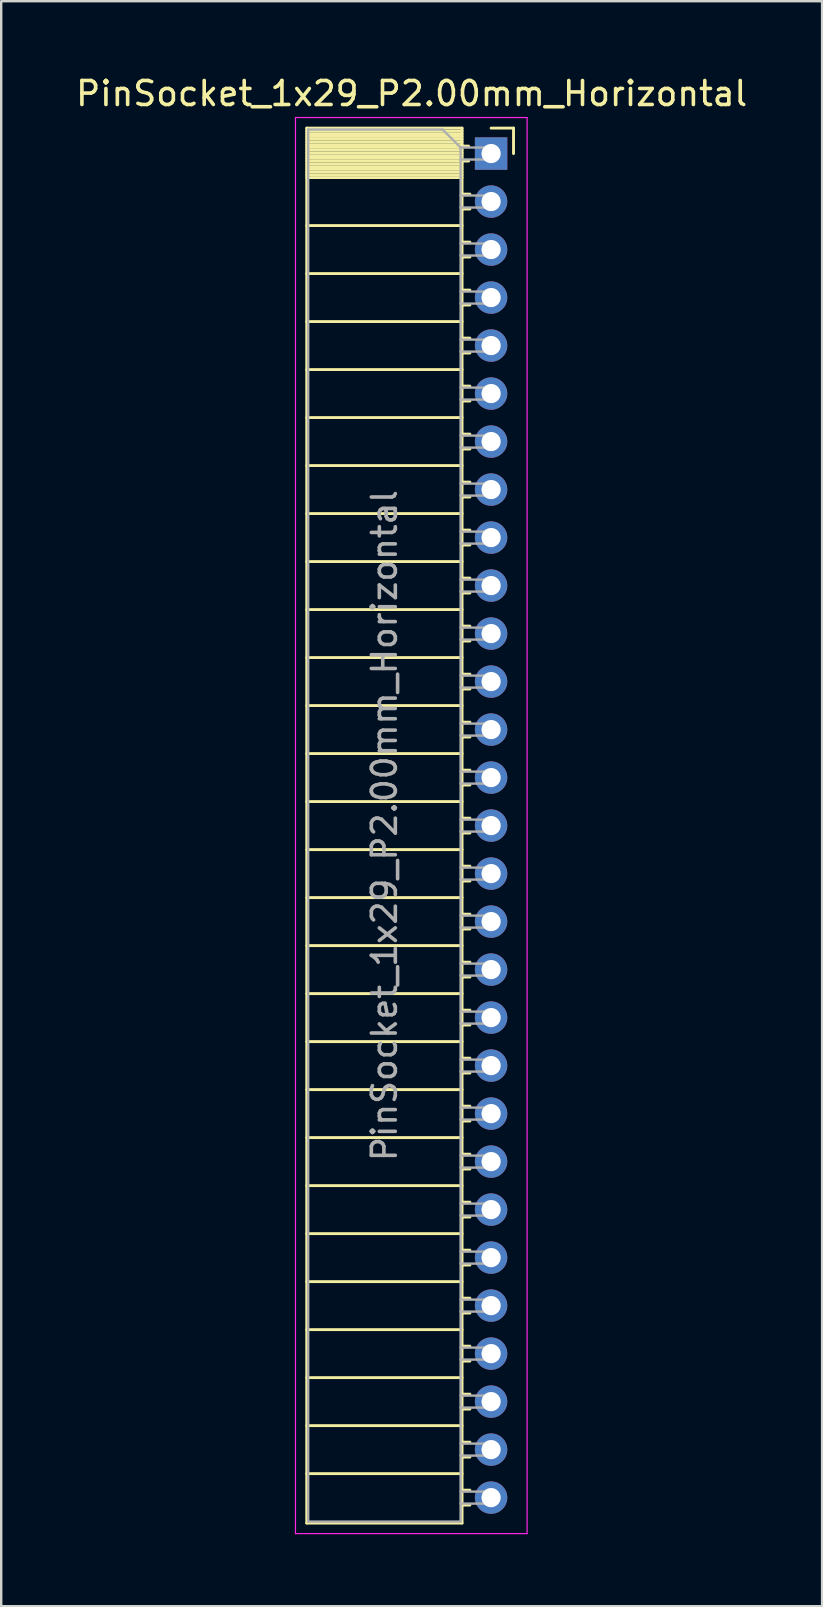
<source format=kicad_pcb>
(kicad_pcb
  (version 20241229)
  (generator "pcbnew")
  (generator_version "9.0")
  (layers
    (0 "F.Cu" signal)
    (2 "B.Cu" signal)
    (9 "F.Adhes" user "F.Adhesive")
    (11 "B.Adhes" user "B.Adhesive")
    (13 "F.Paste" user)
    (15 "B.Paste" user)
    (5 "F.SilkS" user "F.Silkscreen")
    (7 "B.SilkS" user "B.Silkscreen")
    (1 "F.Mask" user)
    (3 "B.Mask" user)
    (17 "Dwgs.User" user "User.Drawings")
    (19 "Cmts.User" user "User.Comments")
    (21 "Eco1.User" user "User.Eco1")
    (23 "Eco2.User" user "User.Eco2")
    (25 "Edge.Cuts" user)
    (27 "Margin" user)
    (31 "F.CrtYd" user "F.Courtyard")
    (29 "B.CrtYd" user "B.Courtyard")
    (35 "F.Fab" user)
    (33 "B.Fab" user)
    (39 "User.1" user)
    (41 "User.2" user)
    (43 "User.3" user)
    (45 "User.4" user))
  (footprint "PinSocket_1x29_P2.00mm_Horizontal"
    (layer "F.Cu")
    (at 17.411 3.348)
    (property "Reference" "PinSocket_1x29_P2.00mm_Horizontal" (at -3.31 -2.5 0) (layer "F.SilkS") (effects (font (size 1 1) (thickness 0.15))))
    (attr through_hole)
    (fp_line (start -7.68 -1.06) (end -7.68 57.06) (stroke (width 0.12) (type solid)) (layer "F.SilkS"))
    (fp_line (start -7.68 -1.06) (end -1.21 -1.06) (stroke (width 0.12) (type solid)) (layer "F.SilkS"))
    (fp_line (start -7.68 -0.94) (end -1.21 -0.94) (stroke (width 0.12) (type solid)) (layer "F.SilkS"))
    (fp_line (start -7.68 -0.826) (end -1.21 -0.826) (stroke (width 0.12) (type solid)) (layer "F.SilkS"))
    (fp_line (start -7.68 -0.712) (end -1.21 -0.712) (stroke (width 0.12) (type solid)) (layer "F.SilkS"))
    (fp_line (start -7.68 -0.598) (end -1.21 -0.598) (stroke (width 0.12) (type solid)) (layer "F.SilkS"))
    (fp_line (start -7.68 -0.484) (end -1.21 -0.484) (stroke (width 0.12) (type solid)) (layer "F.SilkS"))
    (fp_line (start -7.68 -0.369) (end -1.21 -0.369) (stroke (width 0.12) (type solid)) (layer "F.SilkS"))
    (fp_line (start -7.68 -0.255) (end -1.21 -0.255) (stroke (width 0.12) (type solid)) (layer "F.SilkS"))
    (fp_line (start -7.68 -0.141) (end -1.21 -0.141) (stroke (width 0.12) (type solid)) (layer "F.SilkS"))
    (fp_line (start -7.68 -0.027) (end -1.21 -0.027) (stroke (width 0.12) (type solid)) (layer "F.SilkS"))
    (fp_line (start -7.68 0.087) (end -1.21 0.087) (stroke (width 0.12) (type solid)) (layer "F.SilkS"))
    (fp_line (start -7.68 0.201) (end -1.21 0.201) (stroke (width 0.12) (type solid)) (layer "F.SilkS"))
    (fp_line (start -7.68 0.315) (end -1.21 0.315) (stroke (width 0.12) (type solid)) (layer "F.SilkS"))
    (fp_line (start -7.68 0.429) (end -1.21 0.429) (stroke (width 0.12) (type solid)) (layer "F.SilkS"))
    (fp_line (start -7.68 0.544) (end -1.21 0.544) (stroke (width 0.12) (type solid)) (layer "F.SilkS"))
    (fp_line (start -7.68 0.658) (end -1.21 0.658) (stroke (width 0.12) (type solid)) (layer "F.SilkS"))
    (fp_line (start -7.68 0.772) (end -1.21 0.772) (stroke (width 0.12) (type solid)) (layer "F.SilkS"))
    (fp_line (start -7.68 0.886) (end -1.21 0.886) (stroke (width 0.12) (type solid)) (layer "F.SilkS"))
    (fp_line (start -7.68 1) (end -1.21 1) (stroke (width 0.12) (type solid)) (layer "F.SilkS"))
    (fp_line (start -7.68 3) (end -1.21 3) (stroke (width 0.12) (type solid)) (layer "F.SilkS"))
    (fp_line (start -7.68 5) (end -1.21 5) (stroke (width 0.12) (type solid)) (layer "F.SilkS"))
    (fp_line (start -7.68 7) (end -1.21 7) (stroke (width 0.12) (type solid)) (layer "F.SilkS"))
    (fp_line (start -7.68 9) (end -1.21 9) (stroke (width 0.12) (type solid)) (layer "F.SilkS"))
    (fp_line (start -7.68 11) (end -1.21 11) (stroke (width 0.12) (type solid)) (layer "F.SilkS"))
    (fp_line (start -7.68 13) (end -1.21 13) (stroke (width 0.12) (type solid)) (layer "F.SilkS"))
    (fp_line (start -7.68 15) (end -1.21 15) (stroke (width 0.12) (type solid)) (layer "F.SilkS"))
    (fp_line (start -7.68 17) (end -1.21 17) (stroke (width 0.12) (type solid)) (layer "F.SilkS"))
    (fp_line (start -7.68 19) (end -1.21 19) (stroke (width 0.12) (type solid)) (layer "F.SilkS"))
    (fp_line (start -7.68 21) (end -1.21 21) (stroke (width 0.12) (type solid)) (layer "F.SilkS"))
    (fp_line (start -7.68 23) (end -1.21 23) (stroke (width 0.12) (type solid)) (layer "F.SilkS"))
    (fp_line (start -7.68 25) (end -1.21 25) (stroke (width 0.12) (type solid)) (layer "F.SilkS"))
    (fp_line (start -7.68 27) (end -1.21 27) (stroke (width 0.12) (type solid)) (layer "F.SilkS"))
    (fp_line (start -7.68 29) (end -1.21 29) (stroke (width 0.12) (type solid)) (layer "F.SilkS"))
    (fp_line (start -7.68 31) (end -1.21 31) (stroke (width 0.12) (type solid)) (layer "F.SilkS"))
    (fp_line (start -7.68 33) (end -1.21 33) (stroke (width 0.12) (type solid)) (layer "F.SilkS"))
    (fp_line (start -7.68 35) (end -1.21 35) (stroke (width 0.12) (type solid)) (layer "F.SilkS"))
    (fp_line (start -7.68 37) (end -1.21 37) (stroke (width 0.12) (type solid)) (layer "F.SilkS"))
    (fp_line (start -7.68 39) (end -1.21 39) (stroke (width 0.12) (type solid)) (layer "F.SilkS"))
    (fp_line (start -7.68 41) (end -1.21 41) (stroke (width 0.12) (type solid)) (layer "F.SilkS"))
    (fp_line (start -7.68 43) (end -1.21 43) (stroke (width 0.12) (type solid)) (layer "F.SilkS"))
    (fp_line (start -7.68 45) (end -1.21 45) (stroke (width 0.12) (type solid)) (layer "F.SilkS"))
    (fp_line (start -7.68 47) (end -1.21 47) (stroke (width 0.12) (type solid)) (layer "F.SilkS"))
    (fp_line (start -7.68 49) (end -1.21 49) (stroke (width 0.12) (type solid)) (layer "F.SilkS"))
    (fp_line (start -7.68 51) (end -1.21 51) (stroke (width 0.12) (type solid)) (layer "F.SilkS"))
    (fp_line (start -7.68 53) (end -1.21 53) (stroke (width 0.12) (type solid)) (layer "F.SilkS"))
    (fp_line (start -7.68 55) (end -1.21 55) (stroke (width 0.12) (type solid)) (layer "F.SilkS"))
    (fp_line (start -7.68 57.06) (end -1.21 57.06) (stroke (width 0.12) (type solid)) (layer "F.SilkS"))
    (fp_line (start -1.21 -1.06) (end -1.21 57.06) (stroke (width 0.12) (type solid)) (layer "F.SilkS"))
    (fp_line (start -1.21 -0.31) (end -0.935 -0.31) (stroke (width 0.12) (type solid)) (layer "F.SilkS"))
    (fp_line (start -1.21 0.31) (end -0.935 0.31) (stroke (width 0.12) (type solid)) (layer "F.SilkS"))
    (fp_line (start -1.21 1.69) (end -0.882 1.69) (stroke (width 0.12) (type solid)) (layer "F.SilkS"))
    (fp_line (start -1.21 2.31) (end -0.882 2.31) (stroke (width 0.12) (type solid)) (layer "F.SilkS"))
    (fp_line (start -1.21 3.69) (end -0.882 3.69) (stroke (width 0.12) (type solid)) (layer "F.SilkS"))
    (fp_line (start -1.21 4.31) (end -0.882 4.31) (stroke (width 0.12) (type solid)) (layer "F.SilkS"))
    (fp_line (start -1.21 5.69) (end -0.882 5.69) (stroke (width 0.12) (type solid)) (layer "F.SilkS"))
    (fp_line (start -1.21 6.31) (end -0.882 6.31) (stroke (width 0.12) (type solid)) (layer "F.SilkS"))
    (fp_line (start -1.21 7.69) (end -0.882 7.69) (stroke (width 0.12) (type solid)) (layer "F.SilkS"))
    (fp_line (start -1.21 8.31) (end -0.882 8.31) (stroke (width 0.12) (type solid)) (layer "F.SilkS"))
    (fp_line (start -1.21 9.69) (end -0.882 9.69) (stroke (width 0.12) (type solid)) (layer "F.SilkS"))
    (fp_line (start -1.21 10.31) (end -0.882 10.31) (stroke (width 0.12) (type solid)) (layer "F.SilkS"))
    (fp_line (start -1.21 11.69) (end -0.882 11.69) (stroke (width 0.12) (type solid)) (layer "F.SilkS"))
    (fp_line (start -1.21 12.31) (end -0.882 12.31) (stroke (width 0.12) (type solid)) (layer "F.SilkS"))
    (fp_line (start -1.21 13.69) (end -0.882 13.69) (stroke (width 0.12) (type solid)) (layer "F.SilkS"))
    (fp_line (start -1.21 14.31) (end -0.882 14.31) (stroke (width 0.12) (type solid)) (layer "F.SilkS"))
    (fp_line (start -1.21 15.69) (end -0.882 15.69) (stroke (width 0.12) (type solid)) (layer "F.SilkS"))
    (fp_line (start -1.21 16.31) (end -0.882 16.31) (stroke (width 0.12) (type solid)) (layer "F.SilkS"))
    (fp_line (start -1.21 17.69) (end -0.882 17.69) (stroke (width 0.12) (type solid)) (layer "F.SilkS"))
    (fp_line (start -1.21 18.31) (end -0.882 18.31) (stroke (width 0.12) (type solid)) (layer "F.SilkS"))
    (fp_line (start -1.21 19.69) (end -0.882 19.69) (stroke (width 0.12) (type solid)) (layer "F.SilkS"))
    (fp_line (start -1.21 20.31) (end -0.882 20.31) (stroke (width 0.12) (type solid)) (layer "F.SilkS"))
    (fp_line (start -1.21 21.69) (end -0.882 21.69) (stroke (width 0.12) (type solid)) (layer "F.SilkS"))
    (fp_line (start -1.21 22.31) (end -0.882 22.31) (stroke (width 0.12) (type solid)) (layer "F.SilkS"))
    (fp_line (start -1.21 23.69) (end -0.882 23.69) (stroke (width 0.12) (type solid)) (layer "F.SilkS"))
    (fp_line (start -1.21 24.31) (end -0.882 24.31) (stroke (width 0.12) (type solid)) (layer "F.SilkS"))
    (fp_line (start -1.21 25.69) (end -0.882 25.69) (stroke (width 0.12) (type solid)) (layer "F.SilkS"))
    (fp_line (start -1.21 26.31) (end -0.882 26.31) (stroke (width 0.12) (type solid)) (layer "F.SilkS"))
    (fp_line (start -1.21 27.69) (end -0.882 27.69) (stroke (width 0.12) (type solid)) (layer "F.SilkS"))
    (fp_line (start -1.21 28.31) (end -0.882 28.31) (stroke (width 0.12) (type solid)) (layer "F.SilkS"))
    (fp_line (start -1.21 29.69) (end -0.882 29.69) (stroke (width 0.12) (type solid)) (layer "F.SilkS"))
    (fp_line (start -1.21 30.31) (end -0.882 30.31) (stroke (width 0.12) (type solid)) (layer "F.SilkS"))
    (fp_line (start -1.21 31.69) (end -0.882 31.69) (stroke (width 0.12) (type solid)) (layer "F.SilkS"))
    (fp_line (start -1.21 32.31) (end -0.882 32.31) (stroke (width 0.12) (type solid)) (layer "F.SilkS"))
    (fp_line (start -1.21 33.69) (end -0.882 33.69) (stroke (width 0.12) (type solid)) (layer "F.SilkS"))
    (fp_line (start -1.21 34.31) (end -0.882 34.31) (stroke (width 0.12) (type solid)) (layer "F.SilkS"))
    (fp_line (start -1.21 35.69) (end -0.882 35.69) (stroke (width 0.12) (type solid)) (layer "F.SilkS"))
    (fp_line (start -1.21 36.31) (end -0.882 36.31) (stroke (width 0.12) (type solid)) (layer "F.SilkS"))
    (fp_line (start -1.21 37.69) (end -0.882 37.69) (stroke (width 0.12) (type solid)) (layer "F.SilkS"))
    (fp_line (start -1.21 38.31) (end -0.882 38.31) (stroke (width 0.12) (type solid)) (layer "F.SilkS"))
    (fp_line (start -1.21 39.69) (end -0.882 39.69) (stroke (width 0.12) (type solid)) (layer "F.SilkS"))
    (fp_line (start -1.21 40.31) (end -0.882 40.31) (stroke (width 0.12) (type solid)) (layer "F.SilkS"))
    (fp_line (start -1.21 41.69) (end -0.882 41.69) (stroke (width 0.12) (type solid)) (layer "F.SilkS"))
    (fp_line (start -1.21 42.31) (end -0.882 42.31) (stroke (width 0.12) (type solid)) (layer "F.SilkS"))
    (fp_line (start -1.21 43.69) (end -0.882 43.69) (stroke (width 0.12) (type solid)) (layer "F.SilkS"))
    (fp_line (start -1.21 44.31) (end -0.882 44.31) (stroke (width 0.12) (type solid)) (layer "F.SilkS"))
    (fp_line (start -1.21 45.69) (end -0.882 45.69) (stroke (width 0.12) (type solid)) (layer "F.SilkS"))
    (fp_line (start -1.21 46.31) (end -0.882 46.31) (stroke (width 0.12) (type solid)) (layer "F.SilkS"))
    (fp_line (start -1.21 47.69) (end -0.882 47.69) (stroke (width 0.12) (type solid)) (layer "F.SilkS"))
    (fp_line (start -1.21 48.31) (end -0.882 48.31) (stroke (width 0.12) (type solid)) (layer "F.SilkS"))
    (fp_line (start -1.21 49.69) (end -0.882 49.69) (stroke (width 0.12) (type solid)) (layer "F.SilkS"))
    (fp_line (start -1.21 50.31) (end -0.882 50.31) (stroke (width 0.12) (type solid)) (layer "F.SilkS"))
    (fp_line (start -1.21 51.69) (end -0.882 51.69) (stroke (width 0.12) (type solid)) (layer "F.SilkS"))
    (fp_line (start -1.21 52.31) (end -0.882 52.31) (stroke (width 0.12) (type solid)) (layer "F.SilkS"))
    (fp_line (start -1.21 53.69) (end -0.882 53.69) (stroke (width 0.12) (type solid)) (layer "F.SilkS"))
    (fp_line (start -1.21 54.31) (end -0.882 54.31) (stroke (width 0.12) (type solid)) (layer "F.SilkS"))
    (fp_line (start -1.21 55.69) (end -0.882 55.69) (stroke (width 0.12) (type solid)) (layer "F.SilkS"))
    (fp_line (start -1.21 56.31) (end -0.882 56.31) (stroke (width 0.12) (type solid)) (layer "F.SilkS"))
    (fp_line (start 0 -1.06) (end 0.935 -1.06) (stroke (width 0.12) (type solid)) (layer "F.SilkS"))
    (fp_line (start 0.935 -1.06) (end 0.935 0) (stroke (width 0.12) (type solid)) (layer "F.SilkS"))
    (fp_line (start -8.15 -1.5) (end -8.15 57.5) (stroke (width 0.05) (type solid)) (layer "F.CrtYd"))
    (fp_line (start -8.15 57.5) (end 1.5 57.5) (stroke (width 0.05) (type solid)) (layer "F.CrtYd"))
    (fp_line (start 1.5 -1.5) (end -8.15 -1.5) (stroke (width 0.05) (type solid)) (layer "F.CrtYd"))
    (fp_line (start 1.5 57.5) (end 1.5 -1.5) (stroke (width 0.05) (type solid)) (layer "F.CrtYd"))
    (fp_line (start -7.62 -1) (end -2.02 -1) (stroke (width 0.1) (type solid)) (layer "F.Fab"))
    (fp_line (start -7.62 57) (end -7.62 -1) (stroke (width 0.1) (type solid)) (layer "F.Fab"))
    (fp_line (start -2.02 -1) (end -1.27 -0.25) (stroke (width 0.1) (type solid)) (layer "F.Fab"))
    (fp_line (start -1.27 -0.25) (end -1.27 57) (stroke (width 0.1) (type solid)) (layer "F.Fab"))
    (fp_line (start -1.27 0.25) (end 0 0.25) (stroke (width 0.1) (type solid)) (layer "F.Fab"))
    (fp_line (start -1.27 2.25) (end 0 2.25) (stroke (width 0.1) (type solid)) (layer "F.Fab"))
    (fp_line (start -1.27 4.25) (end 0 4.25) (stroke (width 0.1) (type solid)) (layer "F.Fab"))
    (fp_line (start -1.27 6.25) (end 0 6.25) (stroke (width 0.1) (type solid)) (layer "F.Fab"))
    (fp_line (start -1.27 8.25) (end 0 8.25) (stroke (width 0.1) (type solid)) (layer "F.Fab"))
    (fp_line (start -1.27 10.25) (end 0 10.25) (stroke (width 0.1) (type solid)) (layer "F.Fab"))
    (fp_line (start -1.27 12.25) (end 0 12.25) (stroke (width 0.1) (type solid)) (layer "F.Fab"))
    (fp_line (start -1.27 14.25) (end 0 14.25) (stroke (width 0.1) (type solid)) (layer "F.Fab"))
    (fp_line (start -1.27 16.25) (end 0 16.25) (stroke (width 0.1) (type solid)) (layer "F.Fab"))
    (fp_line (start -1.27 18.25) (end 0 18.25) (stroke (width 0.1) (type solid)) (layer "F.Fab"))
    (fp_line (start -1.27 20.25) (end 0 20.25) (stroke (width 0.1) (type solid)) (layer "F.Fab"))
    (fp_line (start -1.27 22.25) (end 0 22.25) (stroke (width 0.1) (type solid)) (layer "F.Fab"))
    (fp_line (start -1.27 24.25) (end 0 24.25) (stroke (width 0.1) (type solid)) (layer "F.Fab"))
    (fp_line (start -1.27 26.25) (end 0 26.25) (stroke (width 0.1) (type solid)) (layer "F.Fab"))
    (fp_line (start -1.27 28.25) (end 0 28.25) (stroke (width 0.1) (type solid)) (layer "F.Fab"))
    (fp_line (start -1.27 30.25) (end 0 30.25) (stroke (width 0.1) (type solid)) (layer "F.Fab"))
    (fp_line (start -1.27 32.25) (end 0 32.25) (stroke (width 0.1) (type solid)) (layer "F.Fab"))
    (fp_line (start -1.27 34.25) (end 0 34.25) (stroke (width 0.1) (type solid)) (layer "F.Fab"))
    (fp_line (start -1.27 36.25) (end 0 36.25) (stroke (width 0.1) (type solid)) (layer "F.Fab"))
    (fp_line (start -1.27 38.25) (end 0 38.25) (stroke (width 0.1) (type solid)) (layer "F.Fab"))
    (fp_line (start -1.27 40.25) (end 0 40.25) (stroke (width 0.1) (type solid)) (layer "F.Fab"))
    (fp_line (start -1.27 42.25) (end 0 42.25) (stroke (width 0.1) (type solid)) (layer "F.Fab"))
    (fp_line (start -1.27 44.25) (end 0 44.25) (stroke (width 0.1) (type solid)) (layer "F.Fab"))
    (fp_line (start -1.27 46.25) (end 0 46.25) (stroke (width 0.1) (type solid)) (layer "F.Fab"))
    (fp_line (start -1.27 48.25) (end 0 48.25) (stroke (width 0.1) (type solid)) (layer "F.Fab"))
    (fp_line (start -1.27 50.25) (end 0 50.25) (stroke (width 0.1) (type solid)) (layer "F.Fab"))
    (fp_line (start -1.27 52.25) (end 0 52.25) (stroke (width 0.1) (type solid)) (layer "F.Fab"))
    (fp_line (start -1.27 54.25) (end 0 54.25) (stroke (width 0.1) (type solid)) (layer "F.Fab"))
    (fp_line (start -1.27 56.25) (end 0 56.25) (stroke (width 0.1) (type solid)) (layer "F.Fab"))
    (fp_line (start -1.27 57) (end -7.62 57) (stroke (width 0.1) (type solid)) (layer "F.Fab"))
    (fp_line (start 0 -0.25) (end -1.27 -0.25) (stroke (width 0.1) (type solid)) (layer "F.Fab"))
    (fp_line (start 0 0.25) (end 0 -0.25) (stroke (width 0.1) (type solid)) (layer "F.Fab"))
    (fp_line (start 0 1.75) (end -1.27 1.75) (stroke (width 0.1) (type solid)) (layer "F.Fab"))
    (fp_line (start 0 2.25) (end 0 1.75) (stroke (width 0.1) (type solid)) (layer "F.Fab"))
    (fp_line (start 0 3.75) (end -1.27 3.75) (stroke (width 0.1) (type solid)) (layer "F.Fab"))
    (fp_line (start 0 4.25) (end 0 3.75) (stroke (width 0.1) (type solid)) (layer "F.Fab"))
    (fp_line (start 0 5.75) (end -1.27 5.75) (stroke (width 0.1) (type solid)) (layer "F.Fab"))
    (fp_line (start 0 6.25) (end 0 5.75) (stroke (width 0.1) (type solid)) (layer "F.Fab"))
    (fp_line (start 0 7.75) (end -1.27 7.75) (stroke (width 0.1) (type solid)) (layer "F.Fab"))
    (fp_line (start 0 8.25) (end 0 7.75) (stroke (width 0.1) (type solid)) (layer "F.Fab"))
    (fp_line (start 0 9.75) (end -1.27 9.75) (stroke (width 0.1) (type solid)) (layer "F.Fab"))
    (fp_line (start 0 10.25) (end 0 9.75) (stroke (width 0.1) (type solid)) (layer "F.Fab"))
    (fp_line (start 0 11.75) (end -1.27 11.75) (stroke (width 0.1) (type solid)) (layer "F.Fab"))
    (fp_line (start 0 12.25) (end 0 11.75) (stroke (width 0.1) (type solid)) (layer "F.Fab"))
    (fp_line (start 0 13.75) (end -1.27 13.75) (stroke (width 0.1) (type solid)) (layer "F.Fab"))
    (fp_line (start 0 14.25) (end 0 13.75) (stroke (width 0.1) (type solid)) (layer "F.Fab"))
    (fp_line (start 0 15.75) (end -1.27 15.75) (stroke (width 0.1) (type solid)) (layer "F.Fab"))
    (fp_line (start 0 16.25) (end 0 15.75) (stroke (width 0.1) (type solid)) (layer "F.Fab"))
    (fp_line (start 0 17.75) (end -1.27 17.75) (stroke (width 0.1) (type solid)) (layer "F.Fab"))
    (fp_line (start 0 18.25) (end 0 17.75) (stroke (width 0.1) (type solid)) (layer "F.Fab"))
    (fp_line (start 0 19.75) (end -1.27 19.75) (stroke (width 0.1) (type solid)) (layer "F.Fab"))
    (fp_line (start 0 20.25) (end 0 19.75) (stroke (width 0.1) (type solid)) (layer "F.Fab"))
    (fp_line (start 0 21.75) (end -1.27 21.75) (stroke (width 0.1) (type solid)) (layer "F.Fab"))
    (fp_line (start 0 22.25) (end 0 21.75) (stroke (width 0.1) (type solid)) (layer "F.Fab"))
    (fp_line (start 0 23.75) (end -1.27 23.75) (stroke (width 0.1) (type solid)) (layer "F.Fab"))
    (fp_line (start 0 24.25) (end 0 23.75) (stroke (width 0.1) (type solid)) (layer "F.Fab"))
    (fp_line (start 0 25.75) (end -1.27 25.75) (stroke (width 0.1) (type solid)) (layer "F.Fab"))
    (fp_line (start 0 26.25) (end 0 25.75) (stroke (width 0.1) (type solid)) (layer "F.Fab"))
    (fp_line (start 0 27.75) (end -1.27 27.75) (stroke (width 0.1) (type solid)) (layer "F.Fab"))
    (fp_line (start 0 28.25) (end 0 27.75) (stroke (width 0.1) (type solid)) (layer "F.Fab"))
    (fp_line (start 0 29.75) (end -1.27 29.75) (stroke (width 0.1) (type solid)) (layer "F.Fab"))
    (fp_line (start 0 30.25) (end 0 29.75) (stroke (width 0.1) (type solid)) (layer "F.Fab"))
    (fp_line (start 0 31.75) (end -1.27 31.75) (stroke (width 0.1) (type solid)) (layer "F.Fab"))
    (fp_line (start 0 32.25) (end 0 31.75) (stroke (width 0.1) (type solid)) (layer "F.Fab"))
    (fp_line (start 0 33.75) (end -1.27 33.75) (stroke (width 0.1) (type solid)) (layer "F.Fab"))
    (fp_line (start 0 34.25) (end 0 33.75) (stroke (width 0.1) (type solid)) (layer "F.Fab"))
    (fp_line (start 0 35.75) (end -1.27 35.75) (stroke (width 0.1) (type solid)) (layer "F.Fab"))
    (fp_line (start 0 36.25) (end 0 35.75) (stroke (width 0.1) (type solid)) (layer "F.Fab"))
    (fp_line (start 0 37.75) (end -1.27 37.75) (stroke (width 0.1) (type solid)) (layer "F.Fab"))
    (fp_line (start 0 38.25) (end 0 37.75) (stroke (width 0.1) (type solid)) (layer "F.Fab"))
    (fp_line (start 0 39.75) (end -1.27 39.75) (stroke (width 0.1) (type solid)) (layer "F.Fab"))
    (fp_line (start 0 40.25) (end 0 39.75) (stroke (width 0.1) (type solid)) (layer "F.Fab"))
    (fp_line (start 0 41.75) (end -1.27 41.75) (stroke (width 0.1) (type solid)) (layer "F.Fab"))
    (fp_line (start 0 42.25) (end 0 41.75) (stroke (width 0.1) (type solid)) (layer "F.Fab"))
    (fp_line (start 0 43.75) (end -1.27 43.75) (stroke (width 0.1) (type solid)) (layer "F.Fab"))
    (fp_line (start 0 44.25) (end 0 43.75) (stroke (width 0.1) (type solid)) (layer "F.Fab"))
    (fp_line (start 0 45.75) (end -1.27 45.75) (stroke (width 0.1) (type solid)) (layer "F.Fab"))
    (fp_line (start 0 46.25) (end 0 45.75) (stroke (width 0.1) (type solid)) (layer "F.Fab"))
    (fp_line (start 0 47.75) (end -1.27 47.75) (stroke (width 0.1) (type solid)) (layer "F.Fab"))
    (fp_line (start 0 48.25) (end 0 47.75) (stroke (width 0.1) (type solid)) (layer "F.Fab"))
    (fp_line (start 0 49.75) (end -1.27 49.75) (stroke (width 0.1) (type solid)) (layer "F.Fab"))
    (fp_line (start 0 50.25) (end 0 49.75) (stroke (width 0.1) (type solid)) (layer "F.Fab"))
    (fp_line (start 0 51.75) (end -1.27 51.75) (stroke (width 0.1) (type solid)) (layer "F.Fab"))
    (fp_line (start 0 52.25) (end 0 51.75) (stroke (width 0.1) (type solid)) (layer "F.Fab"))
    (fp_line (start 0 53.75) (end -1.27 53.75) (stroke (width 0.1) (type solid)) (layer "F.Fab"))
    (fp_line (start 0 54.25) (end 0 53.75) (stroke (width 0.1) (type solid)) (layer "F.Fab"))
    (fp_line (start 0 55.75) (end -1.27 55.75) (stroke (width 0.1) (type solid)) (layer "F.Fab"))
    (fp_line (start 0 56.25) (end 0 55.75) (stroke (width 0.1) (type solid)) (layer "F.Fab"))
    (fp_text user "${REFERENCE}" (at -4.445 28 90) (layer "F.Fab") (effects (font (size 1 1) (thickness 0.15))))
    (pad "1" thru_hole rect (at 0 0) (size 1.35 1.35) (drill 0.8) (layers "*.Cu" "*.Mask"))
    (pad "2" thru_hole oval (at 0 2) (size 1.35 1.35) (drill 0.8) (layers "*.Cu" "*.Mask"))
    (pad "3" thru_hole oval (at 0 4) (size 1.35 1.35) (drill 0.8) (layers "*.Cu" "*.Mask"))
    (pad "4" thru_hole oval (at 0 6) (size 1.35 1.35) (drill 0.8) (layers "*.Cu" "*.Mask"))
    (pad "5" thru_hole oval (at 0 8) (size 1.35 1.35) (drill 0.8) (layers "*.Cu" "*.Mask"))
    (pad "6" thru_hole oval (at 0 10) (size 1.35 1.35) (drill 0.8) (layers "*.Cu" "*.Mask"))
    (pad "7" thru_hole oval (at 0 12) (size 1.35 1.35) (drill 0.8) (layers "*.Cu" "*.Mask"))
    (pad "8" thru_hole oval (at 0 14) (size 1.35 1.35) (drill 0.8) (layers "*.Cu" "*.Mask"))
    (pad "9" thru_hole oval (at 0 16) (size 1.35 1.35) (drill 0.8) (layers "*.Cu" "*.Mask"))
    (pad "10" thru_hole oval (at 0 18) (size 1.35 1.35) (drill 0.8) (layers "*.Cu" "*.Mask"))
    (pad "11" thru_hole oval (at 0 20) (size 1.35 1.35) (drill 0.8) (layers "*.Cu" "*.Mask"))
    (pad "12" thru_hole oval (at 0 22) (size 1.35 1.35) (drill 0.8) (layers "*.Cu" "*.Mask"))
    (pad "13" thru_hole oval (at 0 24) (size 1.35 1.35) (drill 0.8) (layers "*.Cu" "*.Mask"))
    (pad "14" thru_hole oval (at 0 26) (size 1.35 1.35) (drill 0.8) (layers "*.Cu" "*.Mask"))
    (pad "15" thru_hole oval (at 0 28) (size 1.35 1.35) (drill 0.8) (layers "*.Cu" "*.Mask"))
    (pad "16" thru_hole oval (at 0 30) (size 1.35 1.35) (drill 0.8) (layers "*.Cu" "*.Mask"))
    (pad "17" thru_hole oval (at 0 32) (size 1.35 1.35) (drill 0.8) (layers "*.Cu" "*.Mask"))
    (pad "18" thru_hole oval (at 0 34) (size 1.35 1.35) (drill 0.8) (layers "*.Cu" "*.Mask"))
    (pad "19" thru_hole oval (at 0 36) (size 1.35 1.35) (drill 0.8) (layers "*.Cu" "*.Mask"))
    (pad "20" thru_hole oval (at 0 38) (size 1.35 1.35) (drill 0.8) (layers "*.Cu" "*.Mask"))
    (pad "21" thru_hole oval (at 0 40) (size 1.35 1.35) (drill 0.8) (layers "*.Cu" "*.Mask"))
    (pad "22" thru_hole oval (at 0 42) (size 1.35 1.35) (drill 0.8) (layers "*.Cu" "*.Mask"))
    (pad "23" thru_hole oval (at 0 44) (size 1.35 1.35) (drill 0.8) (layers "*.Cu" "*.Mask"))
    (pad "24" thru_hole oval (at 0 46) (size 1.35 1.35) (drill 0.8) (layers "*.Cu" "*.Mask"))
    (pad "25" thru_hole oval (at 0 48) (size 1.35 1.35) (drill 0.8) (layers "*.Cu" "*.Mask"))
    (pad "26" thru_hole oval (at 0 50) (size 1.35 1.35) (drill 0.8) (layers "*.Cu" "*.Mask"))
    (pad "27" thru_hole oval (at 0 52) (size 1.35 1.35) (drill 0.8) (layers "*.Cu" "*.Mask"))
    (pad "28" thru_hole oval (at 0 54) (size 1.35 1.35) (drill 0.8) (layers "*.Cu" "*.Mask"))
    (pad "29" thru_hole oval (at 0 56) (size 1.35 1.35) (drill 0.8) (layers "*.Cu" "*.Mask")))
  (gr_rect
    (start -3 -3)
    (end 31.202 63.873)
    (stroke (width 0.1) (type default))
    (fill no)
    (layer "Edge.Cuts")))
</source>
